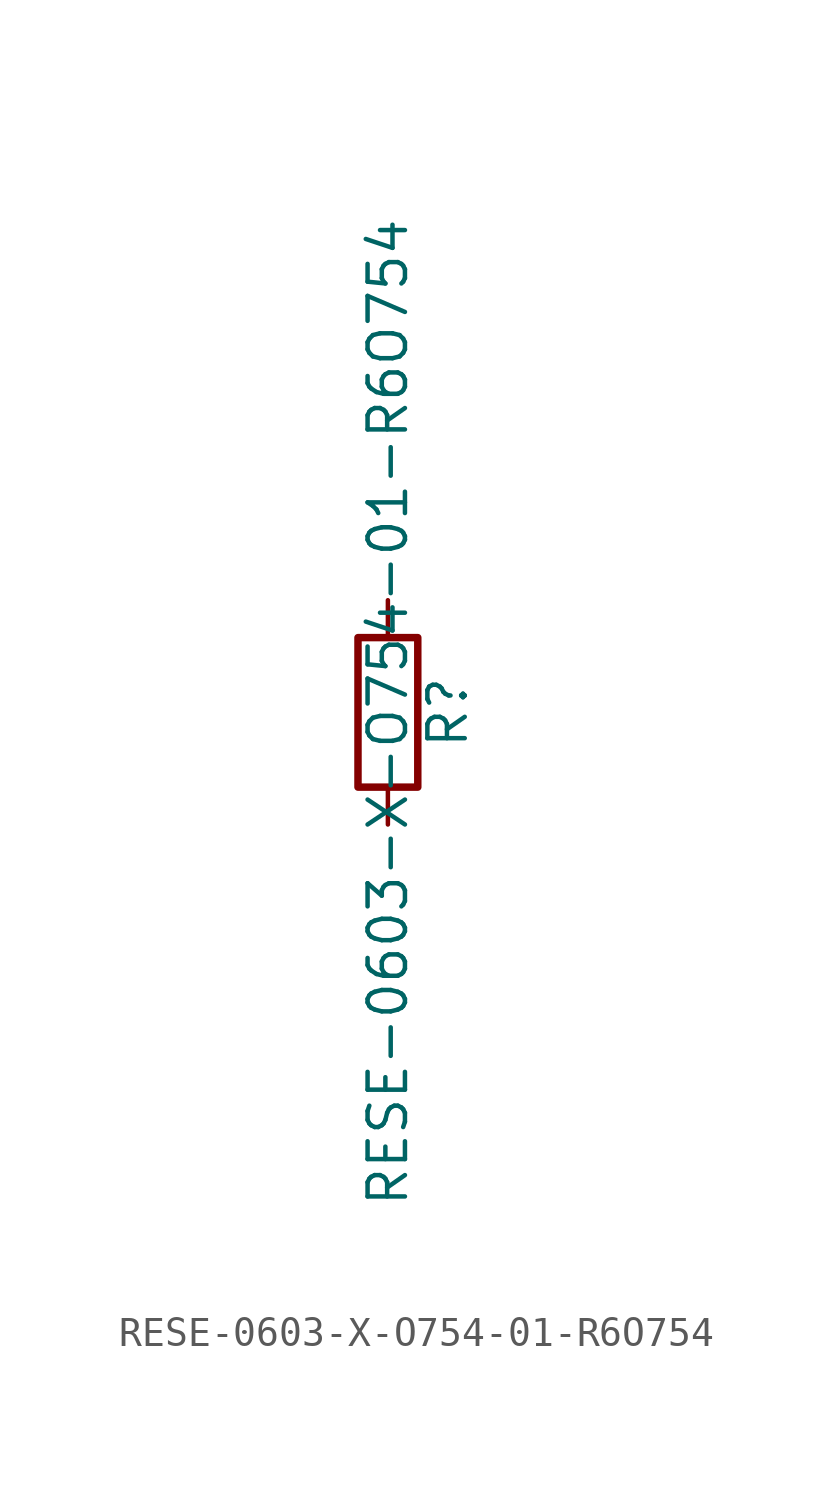
<source format=kicad_sym>
(kicad_symbol_lib
  (version 20211014)
  (generator kicad_symbol_editor)
  (symbol "RESE-0603-X-O754-01-R6O754"
    (pin_numbers hide)
    (pin_names
      (offset 0))
    (property "Reference" "R"
      (at 2.032 0 90)
      (effects (font (size 1.27 1.27))))
    (property "Value" "RESE-0603-X-O754-01-R6O754"
      (at 0 0 90)
      (effects (font (size 1.27 1.27))))
    (symbol "RESE-0603-X-O754-01-R6O754_0_1"
      (rectangle (start -1.016 -2.54) (end 1.016 2.54) (stroke (width 0.254) (type default) (color 0 0 0 0)) (fill (type none))))
    (symbol "RESE-0603-X-O754-01-R6O754_1_1"
      (pin passive line (at 0 3.81 270) (length 1.27) (name "~" (effects (font (size 1.27 1.27)))) (number "1" (effects (font (size 1.27 1.27)))))
      (pin passive line (at 0 -3.81 90) (length 1.27) (name "~" (effects (font (size 1.27 1.27)))) (number "2" (effects (font (size 1.27 1.27))))))))
</source>
